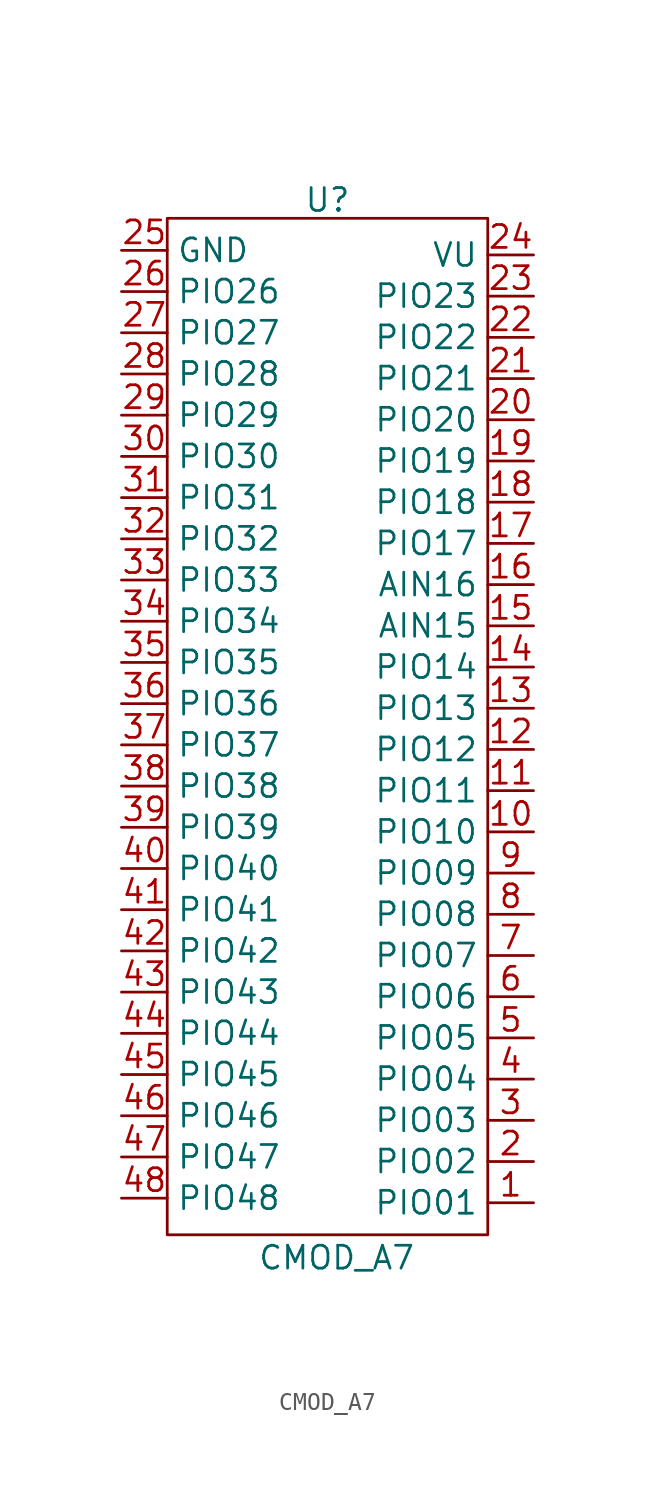
<source format=kicad_sym>
(kicad_symbol_lib
  (version 20211014)
  (generator kicad_symbol_editor)
  (symbol "CMOD_A7"
    (property "Reference" "U"
      (at 8.89 1.016 0)
      (effects (font (size 1.27 1.27))))
    (property "Value" "CMOD_A7"
      (at 9.398 -57.658 0)
      (effects (font (size 1.27 1.27))))
    (symbol "CMOD_A7_0_1"
      (rectangle (start 0 0) (end 17.78 -56.388) (stroke (width 0) (type default) (color 0 0 0 0)) (fill (type none))))
    (symbol "CMOD_A7_1_1"
      (pin input line (at 20.32 -54.61 180) (length 2.54) (name "PIO01" (effects (font (size 1.27 1.27)))) (number "1" (effects (font (size 1.27 1.27)))))
      (pin input line (at 20.32 -34.036 180) (length 2.54) (name "PIO10" (effects (font (size 1.27 1.27)))) (number "10" (effects (font (size 1.27 1.27)))))
      (pin input line (at 20.32 -31.75 180) (length 2.54) (name "PIO11" (effects (font (size 1.27 1.27)))) (number "11" (effects (font (size 1.27 1.27)))))
      (pin input line (at 20.32 -29.464 180) (length 2.54) (name "PIO12" (effects (font (size 1.27 1.27)))) (number "12" (effects (font (size 1.27 1.27)))))
      (pin input line (at 20.32 -27.178 180) (length 2.54) (name "PIO13" (effects (font (size 1.27 1.27)))) (number "13" (effects (font (size 1.27 1.27)))))
      (pin input line (at 20.32 -24.892 180) (length 2.54) (name "PIO14" (effects (font (size 1.27 1.27)))) (number "14" (effects (font (size 1.27 1.27)))))
      (pin input line (at 20.32 -22.606 180) (length 2.54) (name "AIN15" (effects (font (size 1.27 1.27)))) (number "15" (effects (font (size 1.27 1.27)))))
      (pin input line (at 20.32 -20.32 180) (length 2.54) (name "AIN16" (effects (font (size 1.27 1.27)))) (number "16" (effects (font (size 1.27 1.27)))))
      (pin input line (at 20.32 -18.034 180) (length 2.54) (name "PIO17" (effects (font (size 1.27 1.27)))) (number "17" (effects (font (size 1.27 1.27)))))
      (pin input line (at 20.32 -15.748 180) (length 2.54) (name "PIO18" (effects (font (size 1.27 1.27)))) (number "18" (effects (font (size 1.27 1.27)))))
      (pin input line (at 20.32 -13.462 180) (length 2.54) (name "PIO19" (effects (font (size 1.27 1.27)))) (number "19" (effects (font (size 1.27 1.27)))))
      (pin input line (at 20.32 -52.324 180) (length 2.54) (name "PIO02" (effects (font (size 1.27 1.27)))) (number "2" (effects (font (size 1.27 1.27)))))
      (pin input line (at 20.32 -11.176 180) (length 2.54) (name "PIO20" (effects (font (size 1.27 1.27)))) (number "20" (effects (font (size 1.27 1.27)))))
      (pin input line (at 20.32 -8.89 180) (length 2.54) (name "PIO21" (effects (font (size 1.27 1.27)))) (number "21" (effects (font (size 1.27 1.27)))))
      (pin input line (at 20.32 -6.604 180) (length 2.54) (name "PIO22" (effects (font (size 1.27 1.27)))) (number "22" (effects (font (size 1.27 1.27)))))
      (pin input line (at 20.32 -4.318 180) (length 2.54) (name "PIO23" (effects (font (size 1.27 1.27)))) (number "23" (effects (font (size 1.27 1.27)))))
      (pin input line (at 20.32 -2.032 180) (length 2.54) (name "VU" (effects (font (size 1.27 1.27)))) (number "24" (effects (font (size 1.27 1.27)))))
      (pin input line (at -2.54 -1.778 0) (length 2.54) (name "GND" (effects (font (size 1.27 1.27)))) (number "25" (effects (font (size 1.27 1.27)))))
      (pin input line (at -2.54 -4.064 0) (length 2.54) (name "PIO26" (effects (font (size 1.27 1.27)))) (number "26" (effects (font (size 1.27 1.27)))))
      (pin input line (at -2.54 -6.35 0) (length 2.54) (name "PIO27" (effects (font (size 1.27 1.27)))) (number "27" (effects (font (size 1.27 1.27)))))
      (pin input line (at -2.54 -8.636 0) (length 2.54) (name "PIO28" (effects (font (size 1.27 1.27)))) (number "28" (effects (font (size 1.27 1.27)))))
      (pin input line (at -2.54 -10.922 0) (length 2.54) (name "PIO29" (effects (font (size 1.27 1.27)))) (number "29" (effects (font (size 1.27 1.27)))))
      (pin input line (at 20.32 -50.038 180) (length 2.54) (name "PIO03" (effects (font (size 1.27 1.27)))) (number "3" (effects (font (size 1.27 1.27)))))
      (pin input line (at -2.54 -13.208 0) (length 2.54) (name "PIO30" (effects (font (size 1.27 1.27)))) (number "30" (effects (font (size 1.27 1.27)))))
      (pin input line (at -2.54 -15.494 0) (length 2.54) (name "PIO31" (effects (font (size 1.27 1.27)))) (number "31" (effects (font (size 1.27 1.27)))))
      (pin input line (at -2.54 -17.78 0) (length 2.54) (name "PIO32" (effects (font (size 1.27 1.27)))) (number "32" (effects (font (size 1.27 1.27)))))
      (pin input line (at -2.54 -20.066 0) (length 2.54) (name "PIO33" (effects (font (size 1.27 1.27)))) (number "33" (effects (font (size 1.27 1.27)))))
      (pin input line (at -2.54 -22.352 0) (length 2.54) (name "PIO34" (effects (font (size 1.27 1.27)))) (number "34" (effects (font (size 1.27 1.27)))))
      (pin input line (at -2.54 -24.638 0) (length 2.54) (name "PIO35" (effects (font (size 1.27 1.27)))) (number "35" (effects (font (size 1.27 1.27)))))
      (pin input line (at -2.54 -26.924 0) (length 2.54) (name "PIO36" (effects (font (size 1.27 1.27)))) (number "36" (effects (font (size 1.27 1.27)))))
      (pin input line (at -2.54 -29.21 0) (length 2.54) (name "PIO37" (effects (font (size 1.27 1.27)))) (number "37" (effects (font (size 1.27 1.27)))))
      (pin input line (at -2.54 -31.496 0) (length 2.54) (name "PIO38" (effects (font (size 1.27 1.27)))) (number "38" (effects (font (size 1.27 1.27)))))
      (pin input line (at -2.54 -33.782 0) (length 2.54) (name "PIO39" (effects (font (size 1.27 1.27)))) (number "39" (effects (font (size 1.27 1.27)))))
      (pin input line (at 20.32 -47.752 180) (length 2.54) (name "PIO04" (effects (font (size 1.27 1.27)))) (number "4" (effects (font (size 1.27 1.27)))))
      (pin input line (at -2.54 -36.068 0) (length 2.54) (name "PIO40" (effects (font (size 1.27 1.27)))) (number "40" (effects (font (size 1.27 1.27)))))
      (pin input line (at -2.54 -38.354 0) (length 2.54) (name "PIO41" (effects (font (size 1.27 1.27)))) (number "41" (effects (font (size 1.27 1.27)))))
      (pin input line (at -2.54 -40.64 0) (length 2.54) (name "PIO42" (effects (font (size 1.27 1.27)))) (number "42" (effects (font (size 1.27 1.27)))))
      (pin input line (at -2.54 -42.926 0) (length 2.54) (name "PIO43" (effects (font (size 1.27 1.27)))) (number "43" (effects (font (size 1.27 1.27)))))
      (pin input line (at -2.54 -45.212 0) (length 2.54) (name "PIO44" (effects (font (size 1.27 1.27)))) (number "44" (effects (font (size 1.27 1.27)))))
      (pin input line (at -2.54 -47.498 0) (length 2.54) (name "PIO45" (effects (font (size 1.27 1.27)))) (number "45" (effects (font (size 1.27 1.27)))))
      (pin input line (at -2.54 -49.784 0) (length 2.54) (name "PIO46" (effects (font (size 1.27 1.27)))) (number "46" (effects (font (size 1.27 1.27)))))
      (pin input line (at -2.54 -52.07 0) (length 2.54) (name "PIO47" (effects (font (size 1.27 1.27)))) (number "47" (effects (font (size 1.27 1.27)))))
      (pin input line (at -2.54 -54.356 0) (length 2.54) (name "PIO48" (effects (font (size 1.27 1.27)))) (number "48" (effects (font (size 1.27 1.27)))))
      (pin input line (at 20.32 -45.466 180) (length 2.54) (name "PIO05" (effects (font (size 1.27 1.27)))) (number "5" (effects (font (size 1.27 1.27)))))
      (pin input line (at 20.32 -43.18 180) (length 2.54) (name "PIO06" (effects (font (size 1.27 1.27)))) (number "6" (effects (font (size 1.27 1.27)))))
      (pin input line (at 20.32 -40.894 180) (length 2.54) (name "PIO07" (effects (font (size 1.27 1.27)))) (number "7" (effects (font (size 1.27 1.27)))))
      (pin input line (at 20.32 -38.608 180) (length 2.54) (name "PIO08" (effects (font (size 1.27 1.27)))) (number "8" (effects (font (size 1.27 1.27)))))
      (pin input line (at 20.32 -36.322 180) (length 2.54) (name "PIO09" (effects (font (size 1.27 1.27)))) (number "9" (effects (font (size 1.27 1.27))))))))
</source>
